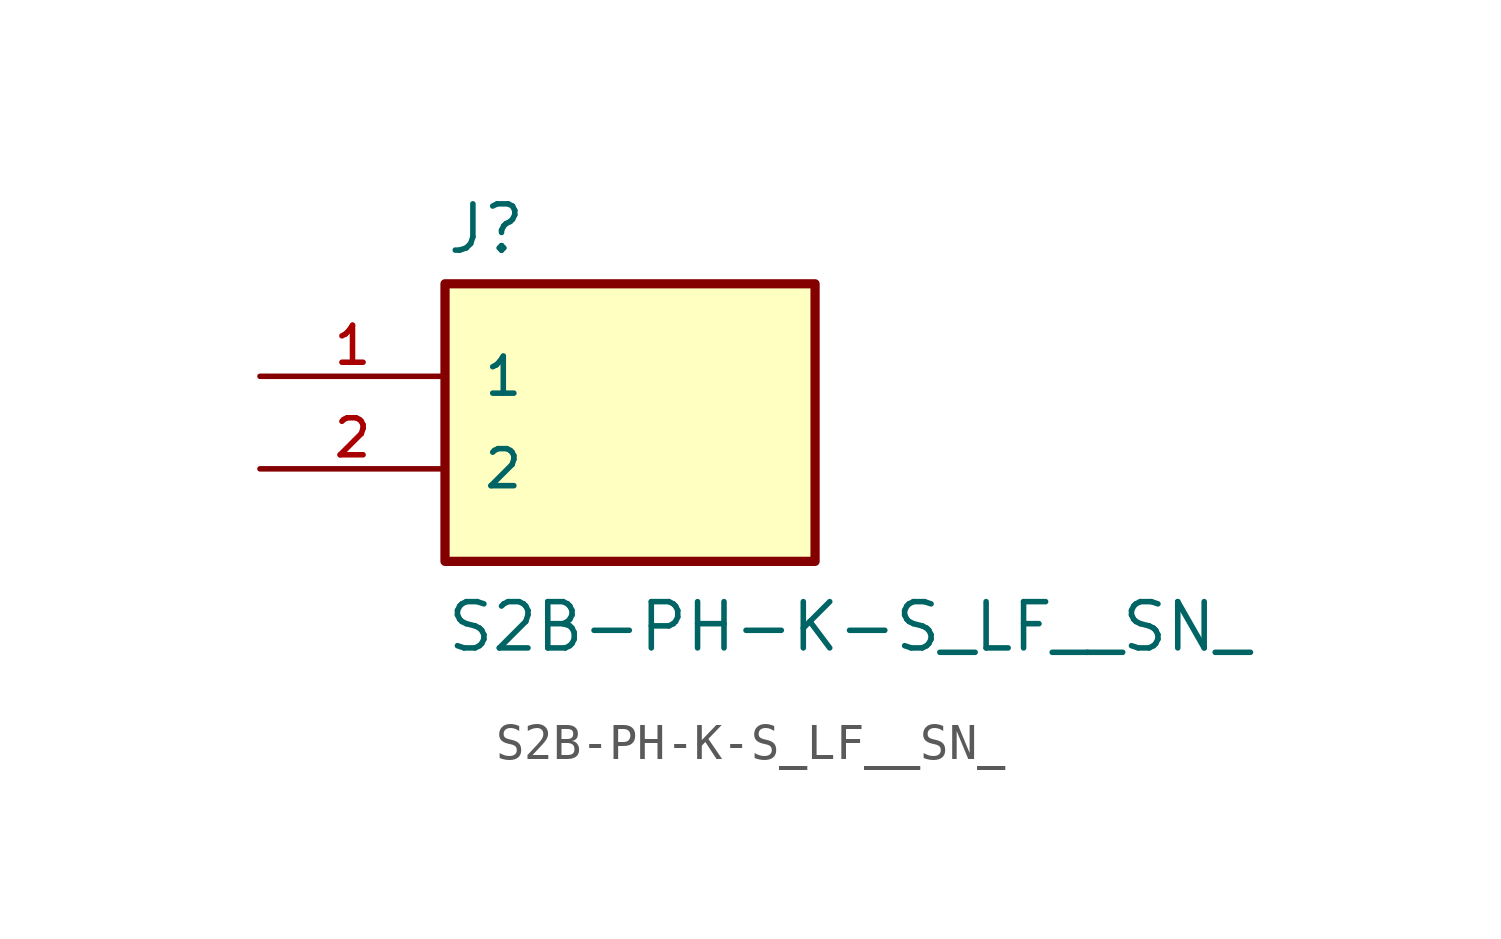
<source format=kicad_sym>
(kicad_symbol_lib
  (version 20211014)
  (generator kicad_symbol_editor)
  (symbol "S2B-PH-K-S_LF__SN_"
    (pin_names
      (offset 1.016))
    (property "Reference" "J"
      (at -5.08 3.302 0)
      (effects (font (size 1.27 1.27)) (justify bottom left)))
    (property "Value" "S2B-PH-K-S_LF__SN_"
      (at -5.08 -7.62 0)
      (effects (font (size 1.27 1.27)) (justify bottom left)))
    (symbol "S2B-PH-K-S_LF__SN__0_0"
      (rectangle (start -5.08 -5.08) (end 5.08 2.54) (stroke (width 0.254)) (fill (type background)))
      (pin passive line (at -10.16 0.0 0) (length 5.08) (name "1" (effects (font (size 1.016 1.016)))) (number "1" (effects (font (size 1.016 1.016)))))
      (pin passive line (at -10.16 -2.54 0) (length 5.08) (name "2" (effects (font (size 1.016 1.016)))) (number "2" (effects (font (size 1.016 1.016))))))))
</source>
